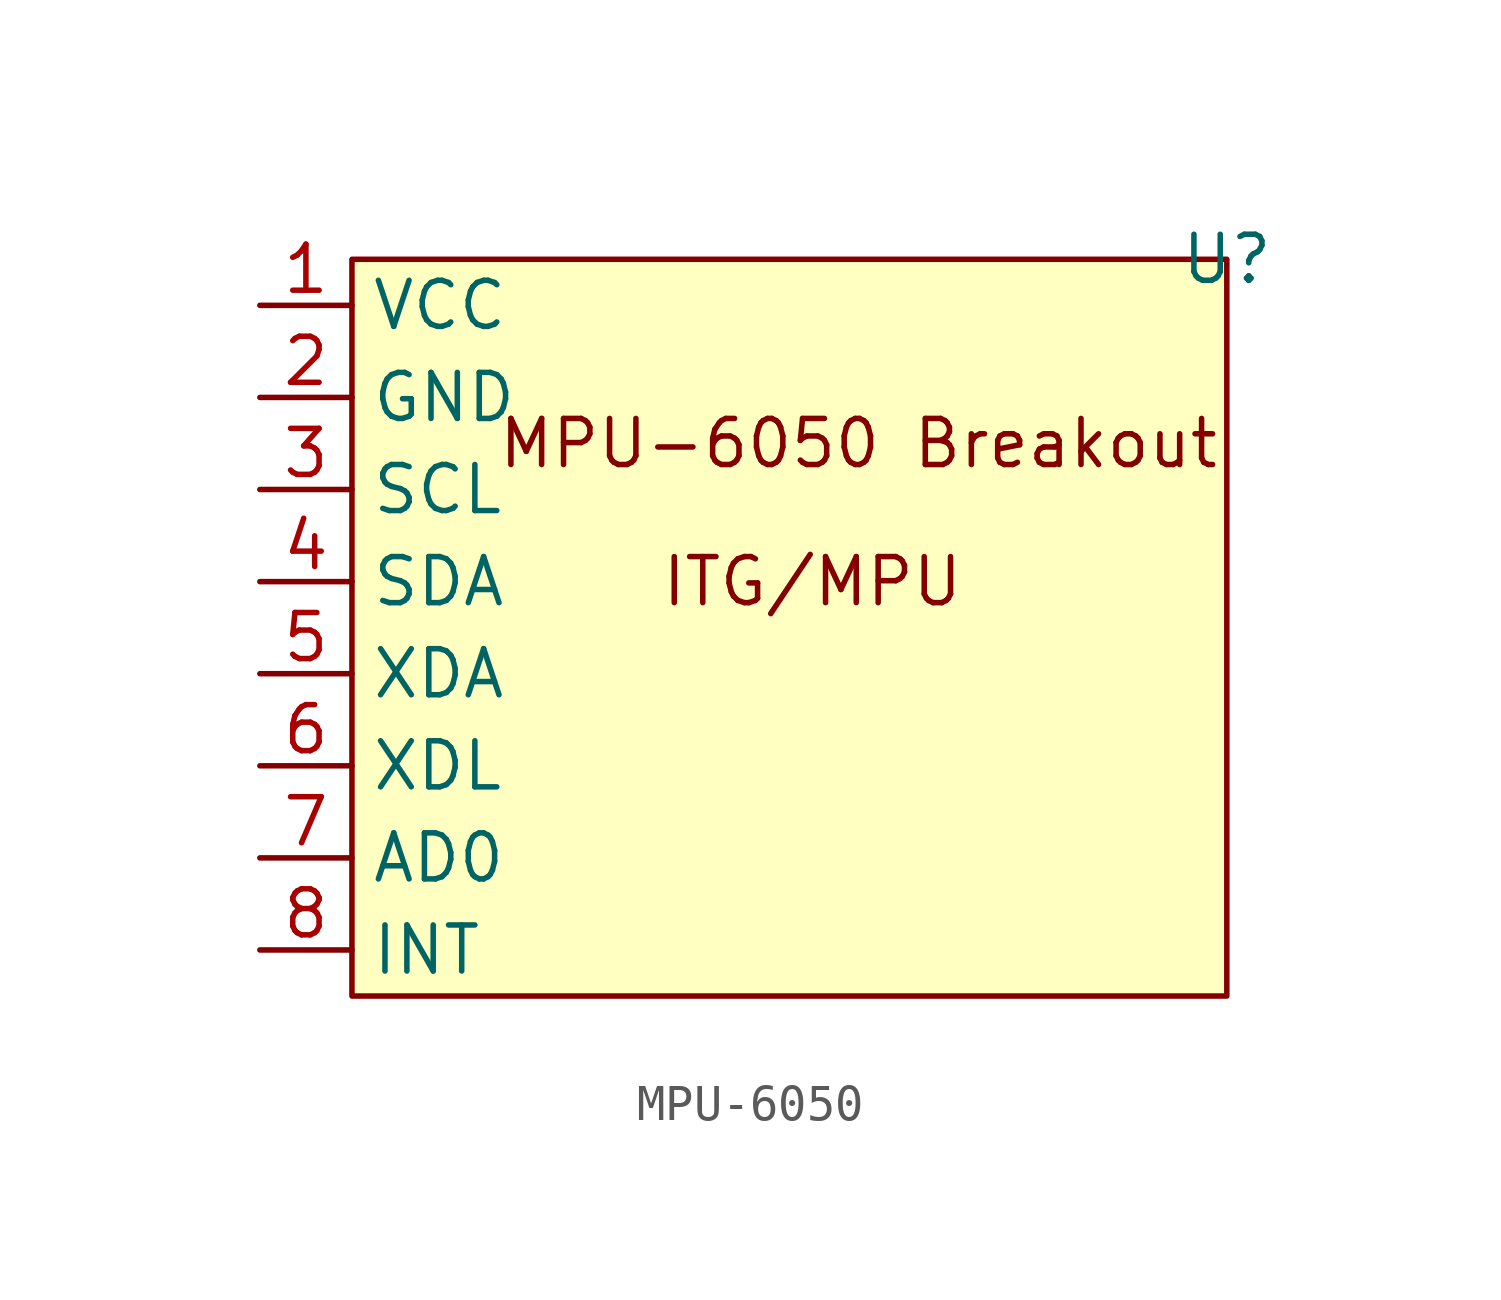
<source format=kicad_sym>
(kicad_symbol_lib
  (version 20220914)
  (generator kicad_symbol_editor)
  (symbol "MPU-6050"
    (property "Reference" "U"
      (at 0 0 0)
      (effects (font (size 1.27 1.27))))
    (property "Value" ""
      (at 0 0 0)
      (effects (font (size 1.27 1.27))))
    (symbol "MPU-6050_1_1"
      (rectangle (start -24.13 0) (end 0 -20.32) (stroke (width 0) (type default)) (fill (type background)))
      (text "ITG/MPU" (at -11.43 -8.89 0) (effects (font (size 1.27 1.27))))
      (text "MPU-6050 Breakout" (at -10.16 -5.08 0) (effects (font (size 1.27 1.27))))
      (pin power_in line (at -26.67 -1.27 0) (length 2.54) (name "VCC" (effects (font (size 1.27 1.27)))) (number "1" (effects (font (size 1.27 1.27)))))
      (pin power_out line (at -26.67 -3.81 0) (length 2.54) (name "GND" (effects (font (size 1.27 1.27)))) (number "2" (effects (font (size 1.27 1.27)))))
      (pin bidirectional line (at -26.67 -6.35 0) (length 2.54) (name "SCL" (effects (font (size 1.27 1.27)))) (number "3" (effects (font (size 1.27 1.27)))))
      (pin bidirectional line (at -26.67 -8.89 0) (length 2.54) (name "SDA" (effects (font (size 1.27 1.27)))) (number "4" (effects (font (size 1.27 1.27)))))
      (pin bidirectional line (at -26.67 -11.43 0) (length 2.54) (name "XDA" (effects (font (size 1.27 1.27)))) (number "5" (effects (font (size 1.27 1.27)))))
      (pin bidirectional line (at -26.67 -13.97 0) (length 2.54) (name "XDL" (effects (font (size 1.27 1.27)))) (number "6" (effects (font (size 1.27 1.27)))))
      (pin bidirectional line (at -26.67 -16.51 0) (length 2.54) (name "AD0" (effects (font (size 1.27 1.27)))) (number "7" (effects (font (size 1.27 1.27)))))
      (pin bidirectional line (at -26.67 -19.05 0) (length 2.54) (name "INT" (effects (font (size 1.27 1.27)))) (number "8" (effects (font (size 1.27 1.27))))))))
</source>
